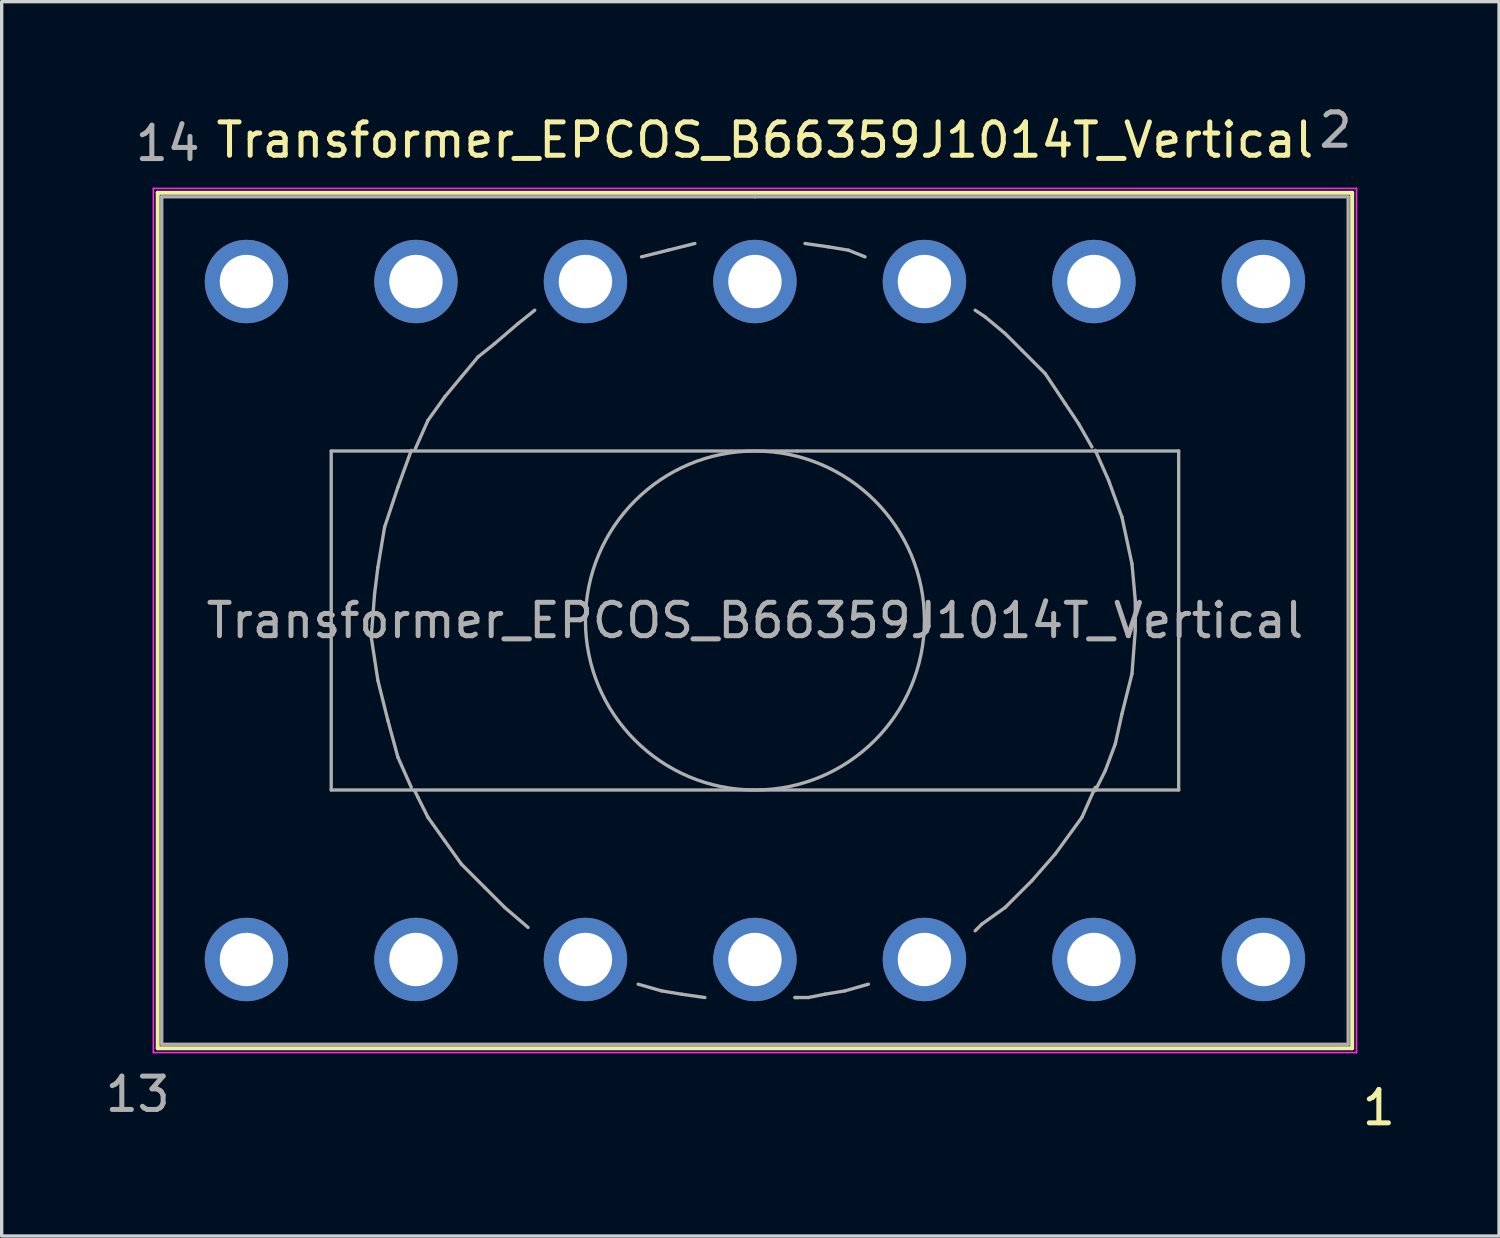
<source format=kicad_pcb>
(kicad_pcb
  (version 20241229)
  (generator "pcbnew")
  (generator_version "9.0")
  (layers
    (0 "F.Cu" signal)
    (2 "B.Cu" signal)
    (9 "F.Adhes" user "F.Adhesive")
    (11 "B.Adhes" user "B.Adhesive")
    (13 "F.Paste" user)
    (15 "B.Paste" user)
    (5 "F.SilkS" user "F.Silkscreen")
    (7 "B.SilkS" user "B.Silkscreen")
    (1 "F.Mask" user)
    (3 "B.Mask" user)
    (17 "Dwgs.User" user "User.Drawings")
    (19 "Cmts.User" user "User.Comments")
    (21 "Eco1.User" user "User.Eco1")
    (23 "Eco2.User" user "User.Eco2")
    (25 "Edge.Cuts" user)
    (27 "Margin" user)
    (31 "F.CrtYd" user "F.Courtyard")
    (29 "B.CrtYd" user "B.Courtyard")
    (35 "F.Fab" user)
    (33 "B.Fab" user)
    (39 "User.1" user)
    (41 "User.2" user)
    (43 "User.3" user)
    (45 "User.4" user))
  (footprint "Transformer_EPCOS_B66359J1014T_Vertical"
    (layer "F.Cu")
    (at 34.817 25.708)
    (property "Reference" "Transformer_EPCOS_B66359J1014T_Vertical" (at -14.94 -24.56 0) (layer "F.SilkS") (effects (font (size 1 1) (thickness 0.15))))
    (attr through_hole)
    (fp_line (start -33.14 -22.98) (end -33.14 2.66) (stroke (width 0.12) (type solid)) (layer "F.SilkS"))
    (fp_line (start -33.14 -22.98) (end 2.66 -22.98) (stroke (width 0.12) (type solid)) (layer "F.SilkS"))
    (fp_line (start 2.66 2.66) (end -33.14 2.66) (stroke (width 0.12) (type solid)) (layer "F.SilkS"))
    (fp_line (start 2.66 2.66) (end 2.66 -22.98) (stroke (width 0.12) (type solid)) (layer "F.SilkS"))
    (fp_line (start -33.27 -23.11) (end -33.27 2.79) (stroke (width 0.05) (type solid)) (layer "F.CrtYd"))
    (fp_line (start -33.27 -23.11) (end 2.79 -23.11) (stroke (width 0.05) (type solid)) (layer "F.CrtYd"))
    (fp_line (start 2.79 2.79) (end -33.27 2.79) (stroke (width 0.05) (type solid)) (layer "F.CrtYd"))
    (fp_line (start 2.79 2.79) (end 2.79 -23.11) (stroke (width 0.05) (type solid)) (layer "F.CrtYd"))
    (fp_line (start -33.02 -22.86) (end -33.02 2.54) (stroke (width 0.1) (type solid)) (layer "F.Fab"))
    (fp_line (start -33.02 2.54) (end 2.54 2.54) (stroke (width 0.1) (type solid)) (layer "F.Fab"))
    (fp_line (start -27.94 -15.24) (end -13.97 -15.24) (stroke (width 0.1) (type solid)) (layer "F.Fab"))
    (fp_line (start -27.94 -5.08) (end -27.94 -15.24) (stroke (width 0.1) (type solid)) (layer "F.Fab"))
    (fp_line (start -26.74 -9.66) (end -26.54 -8.36) (stroke (width 0.1) (type solid)) (layer "F.Fab"))
    (fp_line (start -26.64 -10.96) (end -26.74 -9.66) (stroke (width 0.1) (type solid)) (layer "F.Fab"))
    (fp_line (start -26.54 -11.76) (end -26.64 -10.96) (stroke (width 0.1) (type solid)) (layer "F.Fab"))
    (fp_line (start -26.54 -8.36) (end -26.24 -7.16) (stroke (width 0.1) (type solid)) (layer "F.Fab"))
    (fp_line (start -26.34 -12.96) (end -26.54 -11.76) (stroke (width 0.1) (type solid)) (layer "F.Fab"))
    (fp_line (start -26.24 -7.16) (end -25.94 -6.06) (stroke (width 0.1) (type solid)) (layer "F.Fab"))
    (fp_line (start -25.94 -14.16) (end -26.34 -12.96) (stroke (width 0.1) (type solid)) (layer "F.Fab"))
    (fp_line (start -25.94 -6.06) (end -25.54 -5.16) (stroke (width 0.1) (type solid)) (layer "F.Fab"))
    (fp_line (start -25.54 -15.26) (end -25.94 -14.16) (stroke (width 0.1) (type solid)) (layer "F.Fab"))
    (fp_line (start -25.34 -4.86) (end -25.44 -5.06) (stroke (width 0.1) (type solid)) (layer "F.Fab"))
    (fp_line (start -25.04 -16.16) (end -25.44 -15.26) (stroke (width 0.1) (type solid)) (layer "F.Fab"))
    (fp_line (start -25.04 -4.26) (end -25.34 -4.86) (stroke (width 0.1) (type solid)) (layer "F.Fab"))
    (fp_line (start -24.54 -16.86) (end -25.04 -16.16) (stroke (width 0.1) (type solid)) (layer "F.Fab"))
    (fp_line (start -24.54 -3.56) (end -25.04 -4.26) (stroke (width 0.1) (type solid)) (layer "F.Fab"))
    (fp_line (start -24.04 -17.46) (end -24.54 -16.86) (stroke (width 0.1) (type solid)) (layer "F.Fab"))
    (fp_line (start -24.04 -2.86) (end -24.54 -3.56) (stroke (width 0.1) (type solid)) (layer "F.Fab"))
    (fp_line (start -23.54 -18.06) (end -24.04 -17.46) (stroke (width 0.1) (type solid)) (layer "F.Fab"))
    (fp_line (start -23.34 -2.16) (end -24.04 -2.86) (stroke (width 0.1) (type solid)) (layer "F.Fab"))
    (fp_line (start -23.04 -18.46) (end -23.54 -18.06) (stroke (width 0.1) (type solid)) (layer "F.Fab"))
    (fp_line (start -22.74 -1.56) (end -23.34 -2.16) (stroke (width 0.1) (type solid)) (layer "F.Fab"))
    (fp_line (start -22.34 -19.06) (end -23.04 -18.46) (stroke (width 0.1) (type solid)) (layer "F.Fab"))
    (fp_line (start -22.04 -0.96) (end -22.74 -1.56) (stroke (width 0.1) (type solid)) (layer "F.Fab"))
    (fp_line (start -21.84 -19.46) (end -22.34 -19.06) (stroke (width 0.1) (type solid)) (layer "F.Fab"))
    (fp_line (start -18.04 0.94) (end -18.74 0.74) (stroke (width 0.1) (type solid)) (layer "F.Fab"))
    (fp_line (start -17.84 -21.26) (end -18.64 -21.06) (stroke (width 0.1) (type solid)) (layer "F.Fab"))
    (fp_line (start -17.44 1.04) (end -18.04 0.94) (stroke (width 0.1) (type solid)) (layer "F.Fab"))
    (fp_line (start -17.04 -21.46) (end -17.84 -21.26) (stroke (width 0.1) (type solid)) (layer "F.Fab"))
    (fp_line (start -16.74 1.14) (end -17.44 1.04) (stroke (width 0.1) (type solid)) (layer "F.Fab"))
    (fp_line (start -15.24 -22.86) (end -33.02 -22.86) (stroke (width 0.1) (type solid)) (layer "F.Fab"))
    (fp_line (start -15.24 -22.86) (end 2.54 -22.86) (stroke (width 0.1) (type solid)) (layer "F.Fab"))
    (fp_line (start -14.04 1.14) (end -13.94 1.14) (stroke (width 0.1) (type solid)) (layer "F.Fab"))
    (fp_line (start -13.97 -15.24) (end -2.54 -15.24) (stroke (width 0.1) (type solid)) (layer "F.Fab"))
    (fp_line (start -13.64 1.14) (end -14.04 1.14) (stroke (width 0.1) (type solid)) (layer "F.Fab"))
    (fp_line (start -13.14 1.04) (end -13.64 1.14) (stroke (width 0.1) (type solid)) (layer "F.Fab"))
    (fp_line (start -13.04 -21.36) (end -13.74 -21.46) (stroke (width 0.1) (type solid)) (layer "F.Fab"))
    (fp_line (start -12.54 0.94) (end -13.14 1.04) (stroke (width 0.1) (type solid)) (layer "F.Fab"))
    (fp_line (start -12.44 -21.26) (end -13.04 -21.36) (stroke (width 0.1) (type solid)) (layer "F.Fab"))
    (fp_line (start -11.94 -21.06) (end -12.44 -21.26) (stroke (width 0.1) (type solid)) (layer "F.Fab"))
    (fp_line (start -11.84 0.74) (end -12.54 0.94) (stroke (width 0.1) (type solid)) (layer "F.Fab"))
    (fp_line (start -8.64 -19.46) (end -8.34 -19.26) (stroke (width 0.1) (type solid)) (layer "F.Fab"))
    (fp_line (start -8.44 -1.06) (end -8.64 -0.86) (stroke (width 0.1) (type solid)) (layer "F.Fab"))
    (fp_line (start -8.34 -19.26) (end -7.74 -18.76) (stroke (width 0.1) (type solid)) (layer "F.Fab"))
    (fp_line (start -7.74 -18.76) (end -7.24 -18.26) (stroke (width 0.1) (type solid)) (layer "F.Fab"))
    (fp_line (start -7.74 -1.56) (end -8.44 -1.06) (stroke (width 0.1) (type solid)) (layer "F.Fab"))
    (fp_line (start -7.24 -18.26) (end -6.54 -17.56) (stroke (width 0.1) (type solid)) (layer "F.Fab"))
    (fp_line (start -6.94 -2.36) (end -7.74 -1.56) (stroke (width 0.1) (type solid)) (layer "F.Fab"))
    (fp_line (start -6.54 -17.56) (end -5.94 -16.66) (stroke (width 0.1) (type solid)) (layer "F.Fab"))
    (fp_line (start -6.24 -3.16) (end -6.94 -2.36) (stroke (width 0.1) (type solid)) (layer "F.Fab"))
    (fp_line (start -5.94 -16.66) (end -5.54 -16.06) (stroke (width 0.1) (type solid)) (layer "F.Fab"))
    (fp_line (start -5.54 -16.06) (end -5.14 -15.36) (stroke (width 0.1) (type solid)) (layer "F.Fab"))
    (fp_line (start -5.44 -4.26) (end -6.24 -3.16) (stroke (width 0.1) (type solid)) (layer "F.Fab"))
    (fp_line (start -5.04 -15.26) (end -4.64 -14.36) (stroke (width 0.1) (type solid)) (layer "F.Fab"))
    (fp_line (start -5.04 -5.16) (end -5.44 -4.26) (stroke (width 0.1) (type solid)) (layer "F.Fab"))
    (fp_line (start -4.74 -5.66) (end -5.04 -5.06) (stroke (width 0.1) (type solid)) (layer "F.Fab"))
    (fp_line (start -4.64 -14.36) (end -4.24 -13.26) (stroke (width 0.1) (type solid)) (layer "F.Fab"))
    (fp_line (start -4.44 -6.46) (end -4.74 -5.66) (stroke (width 0.1) (type solid)) (layer "F.Fab"))
    (fp_line (start -4.24 -13.26) (end -3.94 -11.86) (stroke (width 0.1) (type solid)) (layer "F.Fab"))
    (fp_line (start -4.24 -7.36) (end -4.44 -6.46) (stroke (width 0.1) (type solid)) (layer "F.Fab"))
    (fp_line (start -3.94 -11.86) (end -3.84 -10.76) (stroke (width 0.1) (type solid)) (layer "F.Fab"))
    (fp_line (start -3.94 -8.56) (end -4.24 -7.36) (stroke (width 0.1) (type solid)) (layer "F.Fab"))
    (fp_line (start -3.84 -10.76) (end -3.84 -9.86) (stroke (width 0.1) (type solid)) (layer "F.Fab"))
    (fp_line (start -3.84 -9.86) (end -3.94 -8.56) (stroke (width 0.1) (type solid)) (layer "F.Fab"))
    (fp_line (start -2.54 -15.24) (end -2.54 -5.08) (stroke (width 0.1) (type solid)) (layer "F.Fab"))
    (fp_line (start -2.54 -5.08) (end -27.94 -5.08) (stroke (width 0.1) (type solid)) (layer "F.Fab"))
    (fp_line (start 2.54 -22.86) (end 2.54 2.54) (stroke (width 0.1) (type solid)) (layer "F.Fab"))
    (fp_circle (center -15.24 -10.16) (end -15.24 -15.24) (stroke (width 0.1) (type solid)) (fill no) (layer "F.Fab"))
    (fp_text user "1" (at 3.46 4.44 0) (layer "F.SilkS") (effects (font (size 1 1) (thickness 0.15))))
    (fp_text user "2" (at 2.16 -24.86 0) (layer "F.Fab") (effects (font (size 1 1) (thickness 0.15))))
    (fp_text user "14" (at -32.84 -24.46 0) (layer "F.Fab") (effects (font (size 1 1) (thickness 0.15))))
    (fp_text user "13" (at -33.74 4.04 0) (layer "F.Fab") (effects (font (size 1 1) (thickness 0.15))))
    (fp_text user "${REFERENCE}" (at -15.24 -10.16 0) (layer "F.Fab") (effects (font (size 1 1) (thickness 0.15))))
    (pad "1" thru_hole circle (at 0 0) (size 2.5 2.5) (drill 1.6) (layers "*.Cu" "*.Mask"))
    (pad "2" thru_hole circle (at 0 -20.32) (size 2.5 2.5) (drill 1.6) (layers "*.Cu" "*.Mask"))
    (pad "3" thru_hole circle (at -5.08 0) (size 2.5 2.5) (drill 1.6) (layers "*.Cu" "*.Mask"))
    (pad "4" thru_hole circle (at -5.08 -20.32) (size 2.5 2.5) (drill 1.6) (layers "*.Cu" "*.Mask"))
    (pad "5" thru_hole circle (at -10.16 0) (size 2.5 2.5) (drill 1.6) (layers "*.Cu" "*.Mask"))
    (pad "6" thru_hole circle (at -10.16 -20.32) (size 2.5 2.5) (drill 1.6) (layers "*.Cu" "*.Mask"))
    (pad "7" thru_hole circle (at -15.24 0) (size 2.5 2.5) (drill 1.6) (layers "*.Cu" "*.Mask"))
    (pad "8" thru_hole circle (at -15.24 -20.32) (size 2.5 2.5) (drill 1.6) (layers "*.Cu" "*.Mask"))
    (pad "9" thru_hole circle (at -20.32 0) (size 2.5 2.5) (drill 1.6) (layers "*.Cu" "*.Mask"))
    (pad "10" thru_hole circle (at -20.32 -20.32) (size 2.5 2.5) (drill 1.6) (layers "*.Cu" "*.Mask"))
    (pad "11" thru_hole circle (at -25.4 0) (size 2.5 2.5) (drill 1.6) (layers "*.Cu" "*.Mask"))
    (pad "12" thru_hole circle (at -25.4 -20.32) (size 2.5 2.5) (drill 1.6) (layers "*.Cu" "*.Mask"))
    (pad "13" thru_hole circle (at -30.48 0) (size 2.5 2.5) (drill 1.6) (layers "*.Cu" "*.Mask"))
    (pad "14" thru_hole circle (at -30.48 -20.32) (size 2.5 2.5) (drill 1.6) (layers "*.Cu" "*.Mask")))
  (gr_rect
    (start -3 -3)
    (end 41.879 33.996)
    (stroke (width 0.1) (type default))
    (fill no)
    (layer "Edge.Cuts")))
</source>
